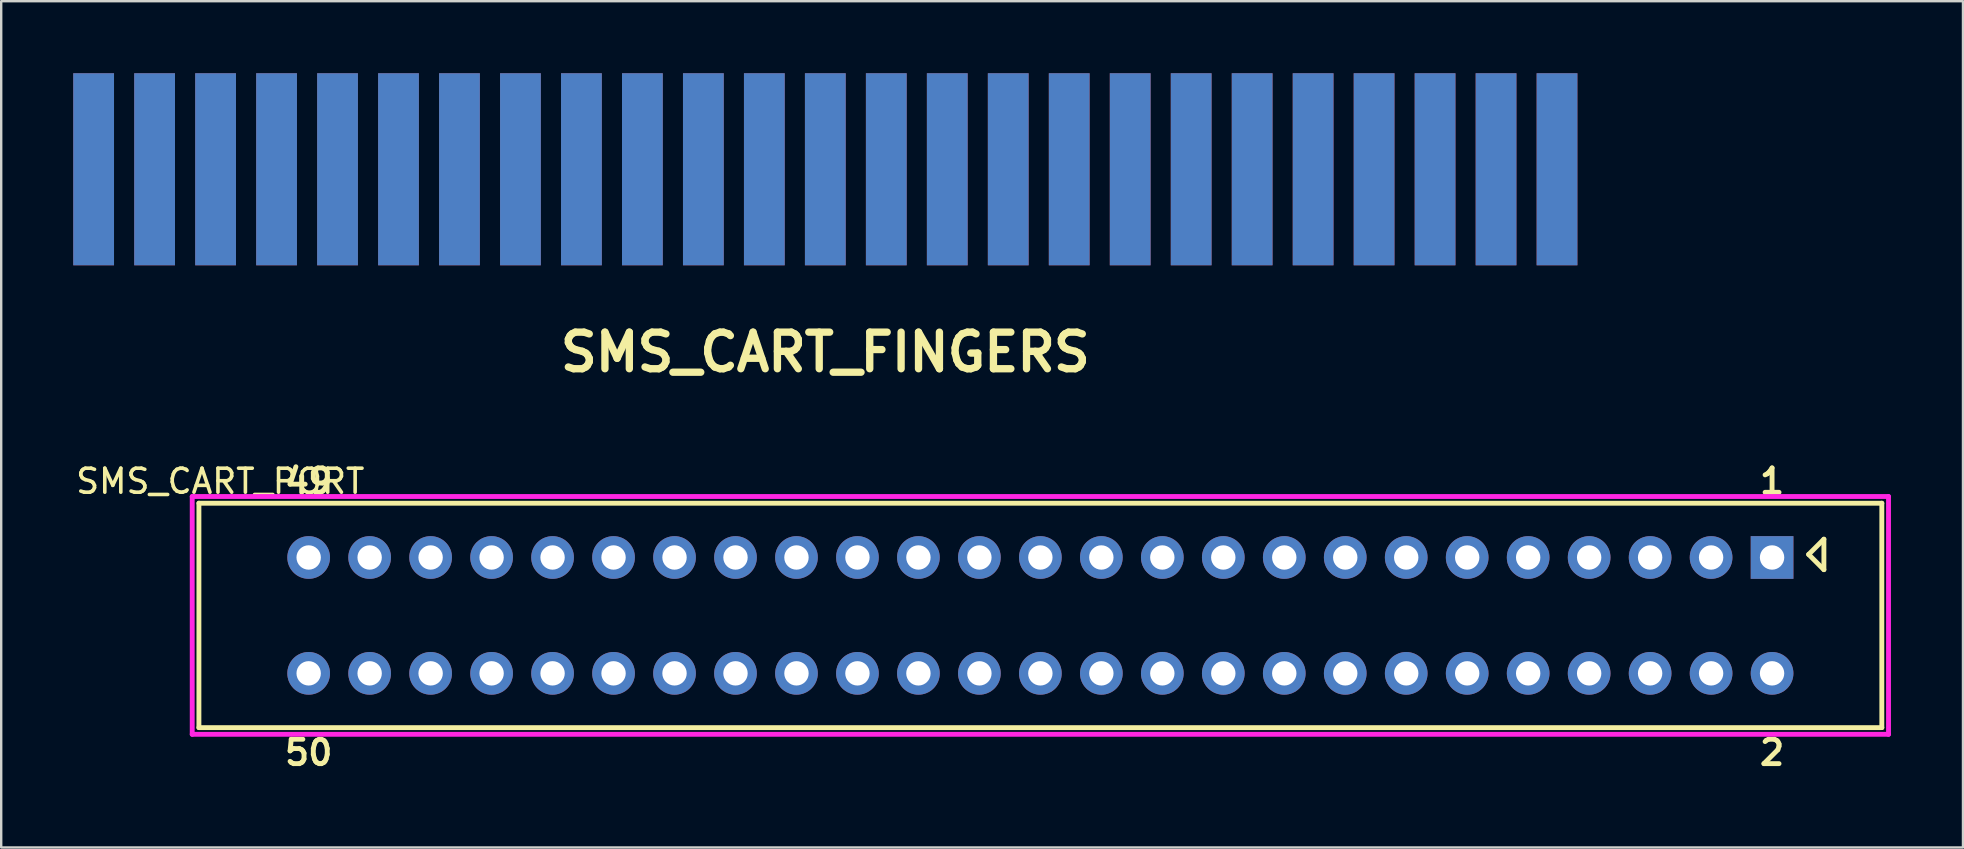
<source format=kicad_pcb>
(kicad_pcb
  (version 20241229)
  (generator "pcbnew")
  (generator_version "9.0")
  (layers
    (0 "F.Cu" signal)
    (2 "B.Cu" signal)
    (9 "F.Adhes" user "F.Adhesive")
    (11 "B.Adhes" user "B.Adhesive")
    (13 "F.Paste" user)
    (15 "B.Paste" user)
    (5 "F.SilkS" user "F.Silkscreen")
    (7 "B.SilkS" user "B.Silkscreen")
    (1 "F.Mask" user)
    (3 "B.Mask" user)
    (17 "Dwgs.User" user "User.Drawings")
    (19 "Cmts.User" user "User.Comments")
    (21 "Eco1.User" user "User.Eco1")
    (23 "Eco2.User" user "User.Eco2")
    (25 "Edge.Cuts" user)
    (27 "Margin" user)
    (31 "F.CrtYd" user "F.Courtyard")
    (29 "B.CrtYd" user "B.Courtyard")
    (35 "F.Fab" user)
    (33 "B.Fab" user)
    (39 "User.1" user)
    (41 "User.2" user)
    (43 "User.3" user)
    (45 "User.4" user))
  (footprint "SMS_CART_PORT"
    (layer "F.Cu")
    (at 40.288 22.586)
    (property "Reference" "SMS_CART_PORT" (at -34.163 -5.588 0) (layer "F.SilkS") (effects (font (size 1 1) (thickness 0.15))))
    (attr through_hole)
    (fp_line (start -35.052 -4.674) (end 35.052 -4.674) (stroke (width 0.203) (type solid)) (layer "F.SilkS"))
    (fp_line (start -35.052 4.674) (end -35.052 -4.674) (stroke (width 0.203) (type solid)) (layer "F.SilkS"))
    (fp_line (start 32.004 -2.54) (end 32.639 -3.175) (stroke (width 0.203) (type solid)) (layer "F.SilkS"))
    (fp_line (start 32.639 -3.175) (end 32.639 -1.905) (stroke (width 0.203) (type solid)) (layer "F.SilkS"))
    (fp_line (start 32.639 -1.905) (end 32.004 -2.54) (stroke (width 0.203) (type solid)) (layer "F.SilkS"))
    (fp_line (start 35.052 -4.674) (end 35.052 4.674) (stroke (width 0.203) (type solid)) (layer "F.SilkS"))
    (fp_line (start 35.052 4.674) (end -35.052 4.674) (stroke (width 0.203) (type solid)) (layer "F.SilkS"))
    (fp_line (start -35.331 -4.953) (end 35.331 -4.953) (stroke (width 0.203) (type solid)) (layer "F.CrtYd"))
    (fp_line (start -35.331 4.953) (end -35.331 -4.953) (stroke (width 0.203) (type solid)) (layer "F.CrtYd"))
    (fp_line (start 35.331 -4.953) (end 35.331 4.953) (stroke (width 0.203) (type solid)) (layer "F.CrtYd"))
    (fp_line (start 35.331 4.953) (end -35.331 4.953) (stroke (width 0.203) (type solid)) (layer "F.CrtYd"))
    (fp_text user "50" (at -30.48 5.715 0) (layer "F.SilkS") (effects (font (size 1.016 1.016) (thickness 0.203))))
    (fp_text user "49" (at -30.48 -5.588 0) (layer "F.SilkS") (effects (font (size 1.016 1.016) (thickness 0.203))))
    (fp_text user "2" (at 30.48 5.715 0) (layer "F.SilkS") (effects (font (size 1.016 1.016) (thickness 0.203))))
    (fp_text user "1" (at 30.48 -5.588 0) (layer "F.SilkS") (effects (font (size 1.016 1.016) (thickness 0.203))))
    (pad "1" thru_hole rect (at 30.48 -2.413) (size 1.778 1.778) (drill 1.016) (layers "*.Cu" "*.Mask"))
    (pad "2" thru_hole circle (at 30.48 2.413) (size 1.778 1.778) (drill 1.016) (layers "*.Cu" "*.Mask"))
    (pad "3" thru_hole circle (at 27.94 -2.413) (size 1.778 1.778) (drill 1.016) (layers "*.Cu" "*.Mask"))
    (pad "4" thru_hole circle (at 27.94 2.413) (size 1.778 1.778) (drill 1.016) (layers "*.Cu" "*.Mask"))
    (pad "5" thru_hole circle (at 25.4 -2.413) (size 1.778 1.778) (drill 1.016) (layers "*.Cu" "*.Mask"))
    (pad "6" thru_hole circle (at 25.4 2.413) (size 1.778 1.778) (drill 1.016) (layers "*.Cu" "*.Mask"))
    (pad "7" thru_hole circle (at 22.86 -2.413) (size 1.778 1.778) (drill 1.016) (layers "*.Cu" "*.Mask"))
    (pad "8" thru_hole circle (at 22.86 2.413) (size 1.778 1.778) (drill 1.016) (layers "*.Cu" "*.Mask"))
    (pad "9" thru_hole circle (at 20.32 -2.413) (size 1.778 1.778) (drill 1.016) (layers "*.Cu" "*.Mask"))
    (pad "10" thru_hole circle (at 20.32 2.413) (size 1.778 1.778) (drill 1.016) (layers "*.Cu" "*.Mask"))
    (pad "11" thru_hole circle (at 17.78 -2.413) (size 1.778 1.778) (drill 1.016) (layers "*.Cu" "*.Mask"))
    (pad "12" thru_hole circle (at 17.78 2.413) (size 1.778 1.778) (drill 1.016) (layers "*.Cu" "*.Mask"))
    (pad "13" thru_hole circle (at 15.24 -2.413) (size 1.778 1.778) (drill 1.016) (layers "*.Cu" "*.Mask"))
    (pad "14" thru_hole circle (at 15.24 2.413) (size 1.778 1.778) (drill 1.016) (layers "*.Cu" "*.Mask"))
    (pad "15" thru_hole circle (at 12.7 -2.413) (size 1.778 1.778) (drill 1.016) (layers "*.Cu" "*.Mask"))
    (pad "16" thru_hole circle (at 12.7 2.413) (size 1.778 1.778) (drill 1.016) (layers "*.Cu" "*.Mask"))
    (pad "17" thru_hole circle (at 10.16 -2.413) (size 1.778 1.778) (drill 1.016) (layers "*.Cu" "*.Mask"))
    (pad "18" thru_hole circle (at 10.16 2.413) (size 1.778 1.778) (drill 1.016) (layers "*.Cu" "*.Mask"))
    (pad "19" thru_hole circle (at 7.62 -2.413) (size 1.778 1.778) (drill 1.016) (layers "*.Cu" "*.Mask"))
    (pad "20" thru_hole circle (at 7.62 2.413) (size 1.778 1.778) (drill 1.016) (layers "*.Cu" "*.Mask"))
    (pad "21" thru_hole circle (at 5.08 -2.413) (size 1.778 1.778) (drill 1.016) (layers "*.Cu" "*.Mask"))
    (pad "22" thru_hole circle (at 5.08 2.413) (size 1.778 1.778) (drill 1.016) (layers "*.Cu" "*.Mask"))
    (pad "23" thru_hole circle (at 2.54 -2.413) (size 1.778 1.778) (drill 1.016) (layers "*.Cu" "*.Mask"))
    (pad "24" thru_hole circle (at 2.54 2.413) (size 1.778 1.778) (drill 1.016) (layers "*.Cu" "*.Mask"))
    (pad "25" thru_hole circle (at 0 -2.413) (size 1.778 1.778) (drill 1.016) (layers "*.Cu" "*.Mask"))
    (pad "26" thru_hole circle (at 0 2.413) (size 1.778 1.778) (drill 1.016) (layers "*.Cu" "*.Mask"))
    (pad "27" thru_hole circle (at -2.54 -2.413) (size 1.778 1.778) (drill 1.016) (layers "*.Cu" "*.Mask"))
    (pad "28" thru_hole circle (at -2.54 2.413) (size 1.778 1.778) (drill 1.016) (layers "*.Cu" "*.Mask"))
    (pad "29" thru_hole circle (at -5.08 -2.413) (size 1.778 1.778) (drill 1.016) (layers "*.Cu" "*.Mask"))
    (pad "30" thru_hole circle (at -5.08 2.413) (size 1.778 1.778) (drill 1.016) (layers "*.Cu" "*.Mask"))
    (pad "31" thru_hole circle (at -7.62 -2.413) (size 1.778 1.778) (drill 1.016) (layers "*.Cu" "*.Mask"))
    (pad "32" thru_hole circle (at -7.62 2.413) (size 1.778 1.778) (drill 1.016) (layers "*.Cu" "*.Mask"))
    (pad "33" thru_hole circle (at -10.16 -2.413) (size 1.778 1.778) (drill 1.016) (layers "*.Cu" "*.Mask"))
    (pad "34" thru_hole circle (at -10.16 2.413) (size 1.778 1.778) (drill 1.016) (layers "*.Cu" "*.Mask"))
    (pad "35" thru_hole circle (at -12.7 -2.413) (size 1.778 1.778) (drill 1.016) (layers "*.Cu" "*.Mask"))
    (pad "36" thru_hole circle (at -12.7 2.413) (size 1.778 1.778) (drill 1.016) (layers "*.Cu" "*.Mask"))
    (pad "37" thru_hole circle (at -15.24 -2.413) (size 1.778 1.778) (drill 1.016) (layers "*.Cu" "*.Mask"))
    (pad "38" thru_hole circle (at -15.24 2.413) (size 1.778 1.778) (drill 1.016) (layers "*.Cu" "*.Mask"))
    (pad "39" thru_hole circle (at -17.78 -2.413) (size 1.778 1.778) (drill 1.016) (layers "*.Cu" "*.Mask"))
    (pad "40" thru_hole circle (at -17.78 2.413) (size 1.778 1.778) (drill 1.016) (layers "*.Cu" "*.Mask"))
    (pad "41" thru_hole circle (at -20.32 -2.413) (size 1.778 1.778) (drill 1.016) (layers "*.Cu" "*.Mask"))
    (pad "42" thru_hole circle (at -20.32 2.413) (size 1.778 1.778) (drill 1.016) (layers "*.Cu" "*.Mask"))
    (pad "43" thru_hole circle (at -22.86 -2.413) (size 1.778 1.778) (drill 1.016) (layers "*.Cu" "*.Mask"))
    (pad "44" thru_hole circle (at -22.86 2.413) (size 1.778 1.778) (drill 1.016) (layers "*.Cu" "*.Mask"))
    (pad "45" thru_hole circle (at -25.4 -2.413) (size 1.778 1.778) (drill 1.016) (layers "*.Cu" "*.Mask"))
    (pad "46" thru_hole circle (at -25.4 2.413) (size 1.778 1.778) (drill 1.016) (layers "*.Cu" "*.Mask"))
    (pad "47" thru_hole circle (at -27.94 -2.413) (size 1.778 1.778) (drill 1.016) (layers "*.Cu" "*.Mask"))
    (pad "48" thru_hole circle (at -27.94 2.413) (size 1.778 1.778) (drill 1.016) (layers "*.Cu" "*.Mask"))
    (pad "49" thru_hole circle (at -30.48 -2.413) (size 1.778 1.778) (drill 1.016) (layers "*.Cu" "*.Mask"))
    (pad "50" thru_hole circle (at -30.48 2.413) (size 1.778 1.778) (drill 1.016) (layers "*.Cu" "*.Mask")))
  (footprint "SMS_CART_FINGERS"
    (layer "F.Cu")
    (at 31.33 9.081)
    (property "Reference" "SMS_CART_FINGERS" (at 0 2.54 0) (layer "F.SilkS") (effects (font (size 1.524 1.524) (thickness 0.305))))
    (attr through_hole)
    (pad "1" connect rect (at 30.48 -5.08) (size 1.699 8.001) (layers "B.Cu" "B.Mask"))
    (pad "2" connect rect (at 30.48 -5.08) (size 1.699 8.001) (layers "F.Cu" "F.Mask"))
    (pad "3" connect rect (at 27.94 -5.08) (size 1.699 8.001) (layers "B.Cu" "B.Mask"))
    (pad "4" connect rect (at 27.94 -5.08) (size 1.699 8.001) (layers "F.Cu" "F.Mask"))
    (pad "5" connect rect (at 25.4 -5.08) (size 1.699 8.001) (layers "B.Cu" "B.Mask"))
    (pad "6" connect rect (at 25.4 -5.08) (size 1.699 8.001) (layers "F.Cu" "F.Mask"))
    (pad "7" connect rect (at 22.86 -5.08) (size 1.699 8.001) (layers "B.Cu" "B.Mask"))
    (pad "8" connect rect (at 22.86 -5.08) (size 1.699 8.001) (layers "F.Cu" "F.Mask"))
    (pad "9" connect rect (at 20.32 -5.08) (size 1.699 8.001) (layers "B.Cu" "B.Mask"))
    (pad "10" connect rect (at 20.32 -5.08) (size 1.699 8.001) (layers "F.Cu" "F.Mask"))
    (pad "11" connect rect (at 17.78 -5.08) (size 1.699 8.001) (layers "B.Cu" "B.Mask"))
    (pad "12" connect rect (at 17.78 -5.08) (size 1.699 8.001) (layers "F.Cu" "F.Mask"))
    (pad "13" connect rect (at 15.24 -5.08) (size 1.699 8.001) (layers "B.Cu" "B.Mask"))
    (pad "14" connect rect (at 15.24 -5.08) (size 1.699 8.001) (layers "F.Cu" "F.Mask"))
    (pad "15" connect rect (at 12.7 -5.08) (size 1.699 8.001) (layers "B.Cu" "B.Mask"))
    (pad "16" connect rect (at 12.7 -5.08) (size 1.699 8.001) (layers "F.Cu" "F.Mask"))
    (pad "17" connect rect (at 10.16 -5.08) (size 1.699 8.001) (layers "B.Cu" "B.Mask"))
    (pad "18" connect rect (at 10.16 -5.08) (size 1.699 8.001) (layers "F.Cu" "F.Mask"))
    (pad "19" connect rect (at 7.62 -5.08) (size 1.699 8.001) (layers "B.Cu" "B.Mask"))
    (pad "20" connect rect (at 7.62 -5.08) (size 1.699 8.001) (layers "F.Cu" "F.Mask"))
    (pad "21" connect rect (at 5.08 -5.08) (size 1.699 8.001) (layers "B.Cu" "B.Mask"))
    (pad "22" connect rect (at 5.08 -5.08) (size 1.699 8.001) (layers "F.Cu" "F.Mask"))
    (pad "23" connect rect (at 2.54 -5.08) (size 1.699 8.001) (layers "B.Cu" "B.Mask"))
    (pad "24" connect rect (at 2.54 -5.08) (size 1.699 8.001) (layers "F.Cu" "F.Mask"))
    (pad "25" connect rect (at 0 -5.08) (size 1.699 8.001) (layers "B.Cu" "B.Mask"))
    (pad "26" connect rect (at 0 -5.08) (size 1.699 8.001) (layers "F.Cu" "F.Mask"))
    (pad "27" connect rect (at -2.54 -5.08) (size 1.699 8.001) (layers "B.Cu" "B.Mask"))
    (pad "28" connect rect (at -2.54 -5.08) (size 1.699 8.001) (layers "F.Cu" "F.Mask"))
    (pad "29" connect rect (at -5.08 -5.08) (size 1.699 8.001) (layers "B.Cu" "B.Mask"))
    (pad "30" connect rect (at -5.08 -5.08) (size 1.699 8.001) (layers "F.Cu" "F.Mask"))
    (pad "31" connect rect (at -7.62 -5.08) (size 1.699 8.001) (layers "B.Cu" "B.Mask"))
    (pad "32" connect rect (at -7.62 -5.08) (size 1.699 8.001) (layers "F.Cu" "F.Mask"))
    (pad "33" connect rect (at -10.16 -5.08) (size 1.699 8.001) (layers "B.Cu" "B.Mask"))
    (pad "34" connect rect (at -10.16 -5.08) (size 1.699 8.001) (layers "F.Cu" "F.Mask"))
    (pad "35" connect rect (at -12.7 -5.08) (size 1.699 8.001) (layers "B.Cu" "B.Mask"))
    (pad "36" connect rect (at -12.7 -5.08) (size 1.699 8.001) (layers "F.Cu" "F.Mask"))
    (pad "37" connect rect (at -15.24 -5.08) (size 1.699 8.001) (layers "B.Cu" "B.Mask"))
    (pad "38" connect rect (at -15.24 -5.08) (size 1.699 8.001) (layers "F.Cu" "F.Mask"))
    (pad "39" connect rect (at -17.78 -5.08) (size 1.699 8.001) (layers "B.Cu" "B.Mask"))
    (pad "40" connect rect (at -17.78 -5.08) (size 1.699 8.001) (layers "F.Cu" "F.Mask"))
    (pad "41" connect rect (at -20.32 -5.08) (size 1.699 8.001) (layers "B.Cu" "B.Mask"))
    (pad "42" connect rect (at -20.32 -5.08) (size 1.699 8.001) (layers "F.Cu" "F.Mask"))
    (pad "43" connect rect (at -22.86 -5.08) (size 1.699 8.001) (layers "B.Cu" "B.Mask"))
    (pad "44" connect rect (at -22.86 -5.08) (size 1.699 8.001) (layers "F.Cu" "F.Mask"))
    (pad "45" connect rect (at -25.4 -5.08) (size 1.699 8.001) (layers "B.Cu" "B.Mask"))
    (pad "46" connect rect (at -25.4 -5.08) (size 1.699 8.001) (layers "F.Cu" "F.Mask"))
    (pad "47" connect rect (at -27.94 -5.08) (size 1.699 8.001) (layers "B.Cu" "B.Mask"))
    (pad "48" connect rect (at -27.94 -5.08) (size 1.699 8.001) (layers "F.Cu" "F.Mask"))
    (pad "49" connect rect (at -30.48 -5.08) (size 1.699 8.001) (layers "B.Cu" "B.Mask"))
    (pad "50" connect rect (at -30.48 -5.08) (size 1.699 8.001) (layers "F.Cu" "F.Mask")))
  (gr_rect
    (start -3 -3)
    (end 78.721 32.252)
    (stroke (width 0.1) (type default))
    (fill no)
    (layer "Edge.Cuts")))
</source>
